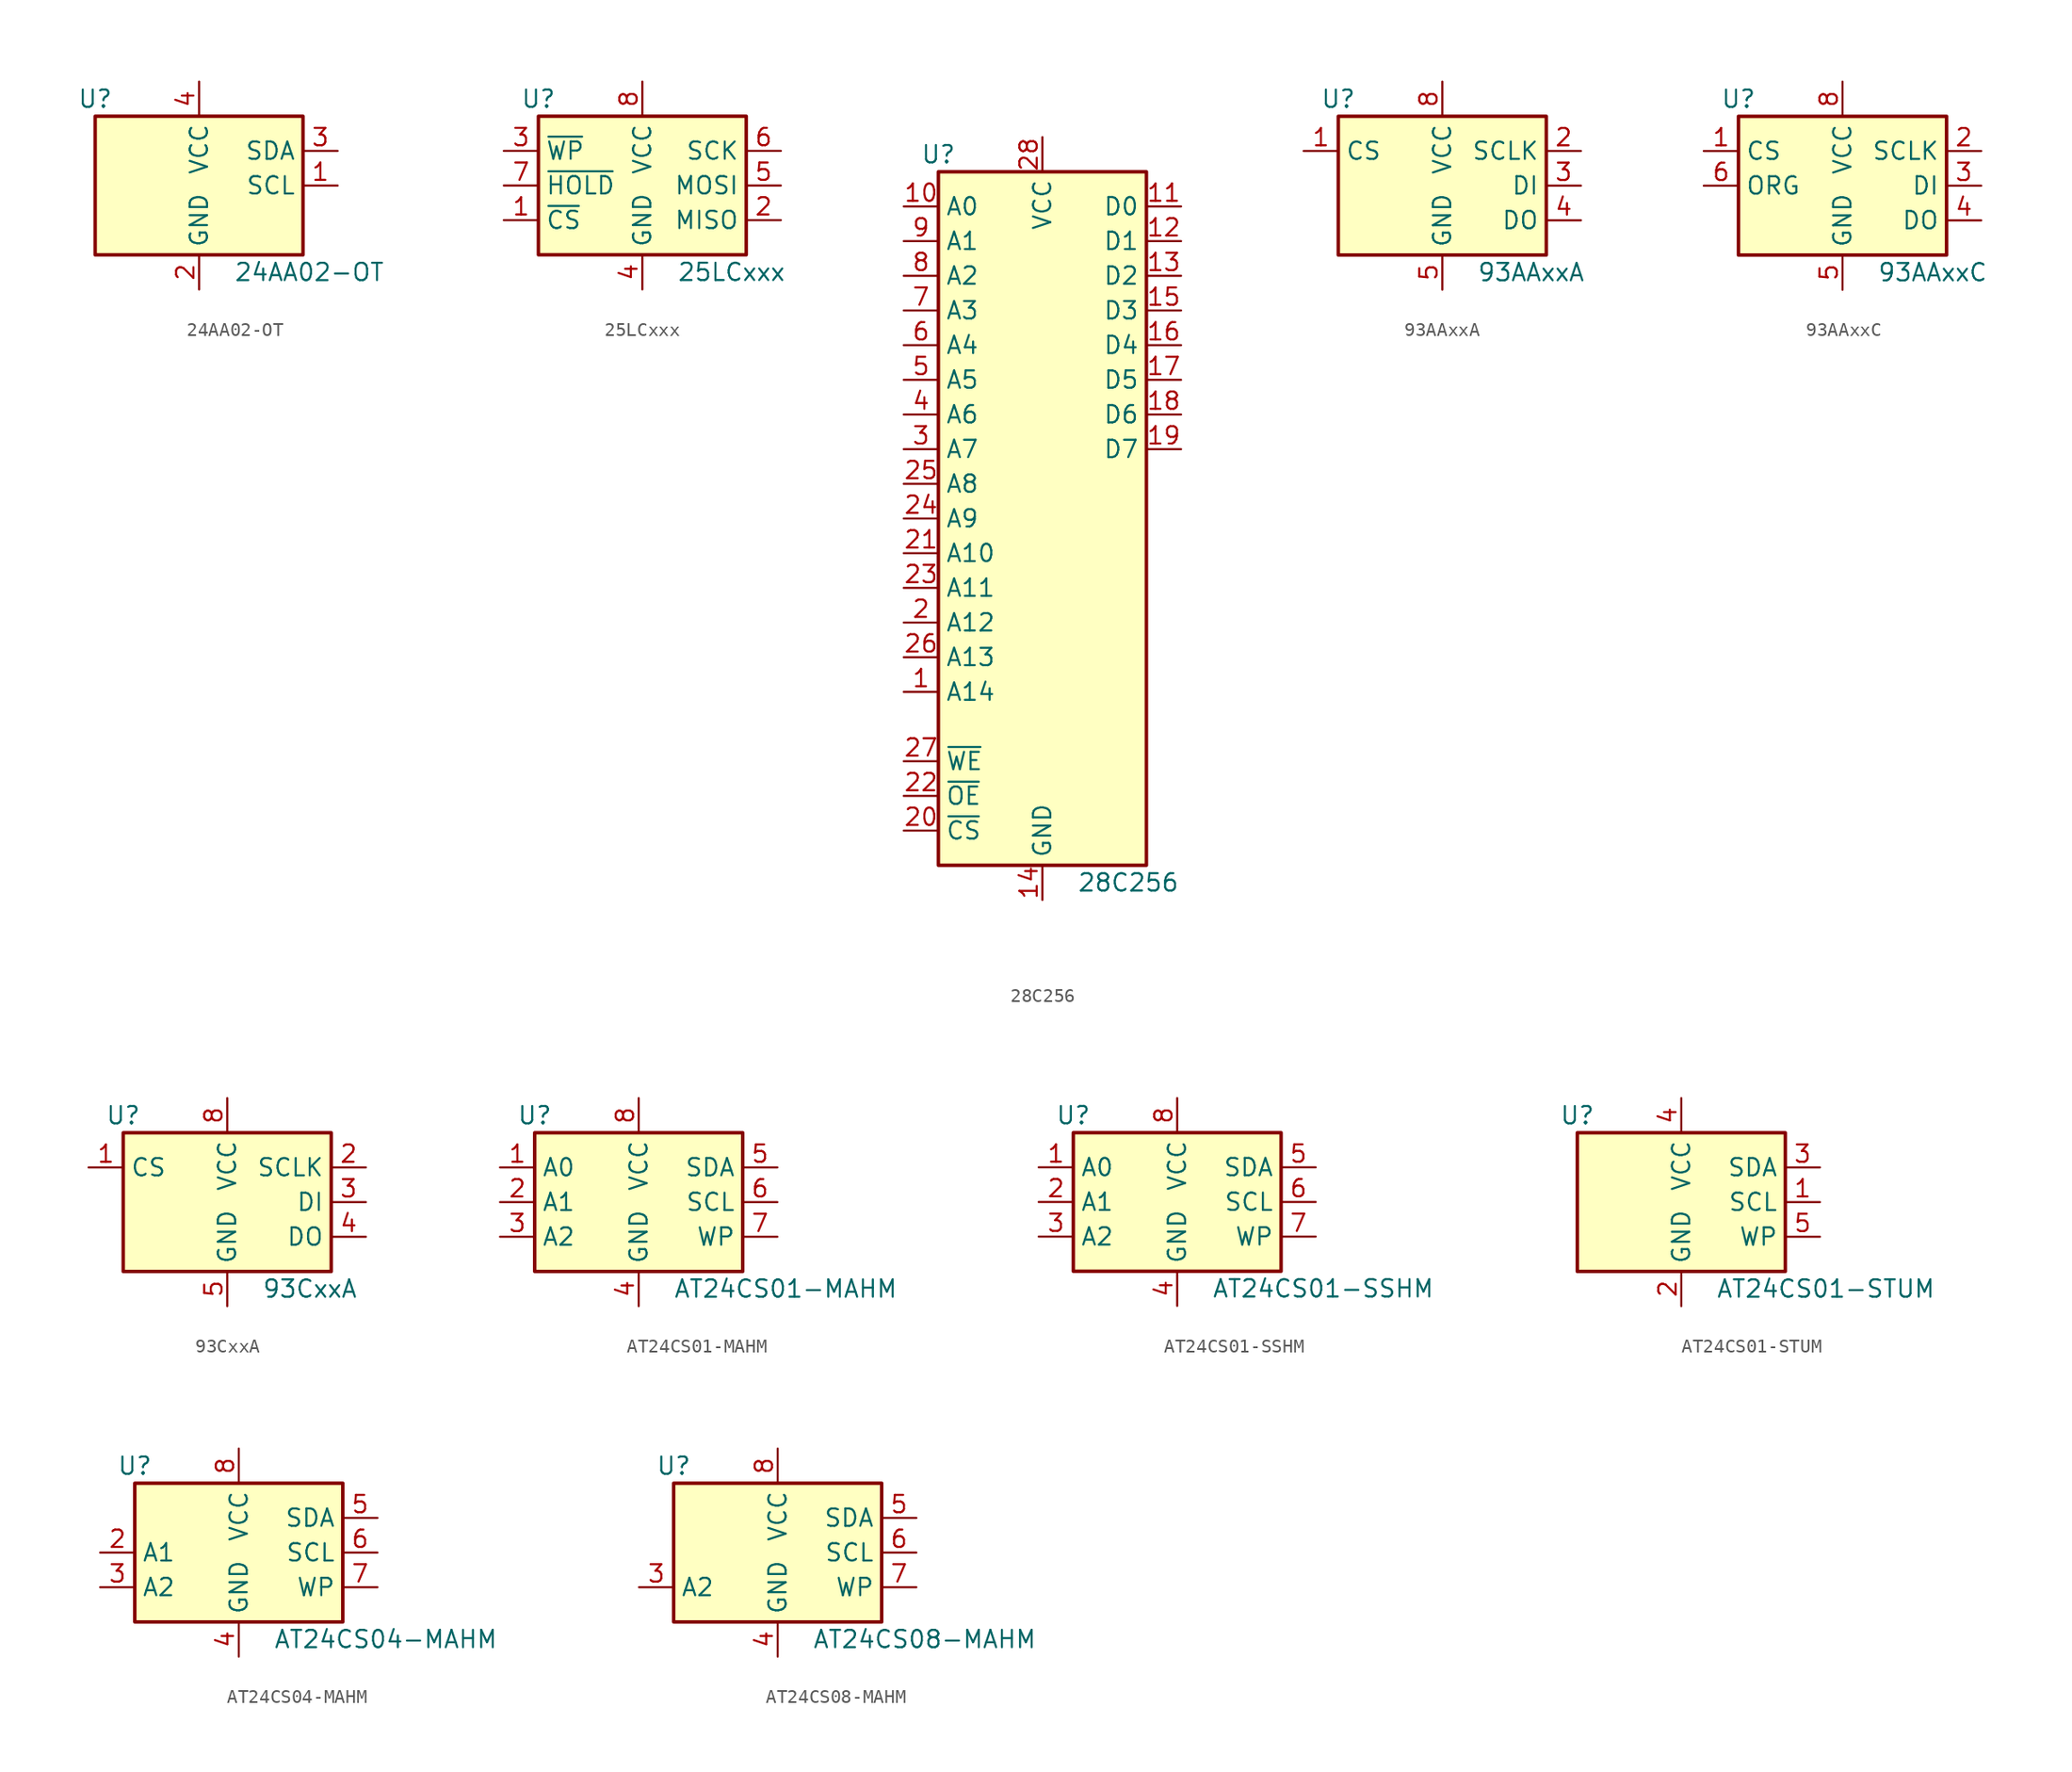
<source format=kicad_sym>
(kicad_symbol_lib
  (version 20201005)
  (generator kicad_symbol_editor)
  (symbol "24AA02-OT"
    (property "Reference" "U"
      (at -7.62 6.35 0)
      (effects (font (size 1.27 1.27))))
    (property "Value" "24AA02-OT"
      (at 2.54 -6.35 0)
      (effects (font (size 1.27 1.27)) (justify left)))
    (symbol "24AA02-OT_1_1"
      (rectangle (start -7.62 5.08) (end 7.62 -5.08) (stroke (width 0.254)) (fill (type background)))
      (pin input line (at 10.16 0 180) (length 2.54) (name "SCL" (effects (font (size 1.27 1.27)))) (number "1" (effects (font (size 1.27 1.27)))))
      (pin power_in line (at 0 -7.62 90) (length 2.54) (name "GND" (effects (font (size 1.27 1.27)))) (number "2" (effects (font (size 1.27 1.27)))))
      (pin bidirectional line (at 10.16 2.54 180) (length 2.54) (name "SDA" (effects (font (size 1.27 1.27)))) (number "3" (effects (font (size 1.27 1.27)))))
      (pin power_in line (at 0 7.62 270) (length 2.54) (name "VCC" (effects (font (size 1.27 1.27)))) (number "4" (effects (font (size 1.27 1.27)))))
      (pin no_connect line (at 7.62 -2.54 180) (length 2.54) hide (name "NC" (effects (font (size 1.27 1.27)))) (number "5" (effects (font (size 1.27 1.27)))))))
  (symbol "25LCxxx"
    (property "Reference" "U"
      (at -7.62 6.35 0)
      (effects (font (size 1.27 1.27))))
    (property "Value" "25LCxxx"
      (at 2.54 -6.35 0)
      (effects (font (size 1.27 1.27)) (justify left)))
    (symbol "25LCxxx_1_1"
      (rectangle (start -7.62 5.08) (end 7.62 -5.08) (stroke (width 0.254)) (fill (type background)))
      (pin input line (at -10.16 -2.54 0) (length 2.54) (name "~CS" (effects (font (size 1.27 1.27)))) (number "1" (effects (font (size 1.27 1.27)))))
      (pin tri_state line (at 10.16 -2.54 180) (length 2.54) (name "MISO" (effects (font (size 1.27 1.27)))) (number "2" (effects (font (size 1.27 1.27)))))
      (pin input line (at -10.16 2.54 0) (length 2.54) (name "~WP" (effects (font (size 1.27 1.27)))) (number "3" (effects (font (size 1.27 1.27)))))
      (pin power_in line (at 0 -7.62 90) (length 2.54) (name "GND" (effects (font (size 1.27 1.27)))) (number "4" (effects (font (size 1.27 1.27)))))
      (pin input line (at 10.16 0 180) (length 2.54) (name "MOSI" (effects (font (size 1.27 1.27)))) (number "5" (effects (font (size 1.27 1.27)))))
      (pin input line (at 10.16 2.54 180) (length 2.54) (name "SCK" (effects (font (size 1.27 1.27)))) (number "6" (effects (font (size 1.27 1.27)))))
      (pin input line (at -10.16 0 0) (length 2.54) (name "~HOLD" (effects (font (size 1.27 1.27)))) (number "7" (effects (font (size 1.27 1.27)))))
      (pin power_in line (at 0 7.62 270) (length 2.54) (name "VCC" (effects (font (size 1.27 1.27)))) (number "8" (effects (font (size 1.27 1.27)))))))
  (symbol "28C256"
    (property "Reference" "U"
      (at -7.62 26.67 0)
      (effects (font (size 1.27 1.27))))
    (property "Value" "28C256"
      (at 2.54 -26.67 0)
      (effects (font (size 1.27 1.27)) (justify left)))
    (symbol "28C256_1_1"
      (rectangle (start -7.62 25.4) (end 7.62 -25.4) (stroke (width 0.254)) (fill (type background)))
      (pin input line (at -10.16 -12.7 0) (length 2.54) (name "A14" (effects (font (size 1.27 1.27)))) (number "1" (effects (font (size 1.27 1.27)))))
      (pin input line (at -10.16 22.86 0) (length 2.54) (name "A0" (effects (font (size 1.27 1.27)))) (number "10" (effects (font (size 1.27 1.27)))))
      (pin tri_state line (at 10.16 22.86 180) (length 2.54) (name "D0" (effects (font (size 1.27 1.27)))) (number "11" (effects (font (size 1.27 1.27)))))
      (pin tri_state line (at 10.16 20.32 180) (length 2.54) (name "D1" (effects (font (size 1.27 1.27)))) (number "12" (effects (font (size 1.27 1.27)))))
      (pin tri_state line (at 10.16 17.78 180) (length 2.54) (name "D2" (effects (font (size 1.27 1.27)))) (number "13" (effects (font (size 1.27 1.27)))))
      (pin power_in line (at 0 -27.94 90) (length 2.54) (name "GND" (effects (font (size 1.27 1.27)))) (number "14" (effects (font (size 1.27 1.27)))))
      (pin tri_state line (at 10.16 15.24 180) (length 2.54) (name "D3" (effects (font (size 1.27 1.27)))) (number "15" (effects (font (size 1.27 1.27)))))
      (pin tri_state line (at 10.16 12.7 180) (length 2.54) (name "D4" (effects (font (size 1.27 1.27)))) (number "16" (effects (font (size 1.27 1.27)))))
      (pin tri_state line (at 10.16 10.16 180) (length 2.54) (name "D5" (effects (font (size 1.27 1.27)))) (number "17" (effects (font (size 1.27 1.27)))))
      (pin tri_state line (at 10.16 7.62 180) (length 2.54) (name "D6" (effects (font (size 1.27 1.27)))) (number "18" (effects (font (size 1.27 1.27)))))
      (pin tri_state line (at 10.16 5.08 180) (length 2.54) (name "D7" (effects (font (size 1.27 1.27)))) (number "19" (effects (font (size 1.27 1.27)))))
      (pin input line (at -10.16 -7.62 0) (length 2.54) (name "A12" (effects (font (size 1.27 1.27)))) (number "2" (effects (font (size 1.27 1.27)))))
      (pin input line (at -10.16 -22.86 0) (length 2.54) (name "~CS" (effects (font (size 1.27 1.27)))) (number "20" (effects (font (size 1.27 1.27)))))
      (pin input line (at -10.16 -2.54 0) (length 2.54) (name "A10" (effects (font (size 1.27 1.27)))) (number "21" (effects (font (size 1.27 1.27)))))
      (pin input line (at -10.16 -20.32 0) (length 2.54) (name "~OE" (effects (font (size 1.27 1.27)))) (number "22" (effects (font (size 1.27 1.27)))))
      (pin input line (at -10.16 -5.08 0) (length 2.54) (name "A11" (effects (font (size 1.27 1.27)))) (number "23" (effects (font (size 1.27 1.27)))))
      (pin input line (at -10.16 0 0) (length 2.54) (name "A9" (effects (font (size 1.27 1.27)))) (number "24" (effects (font (size 1.27 1.27)))))
      (pin input line (at -10.16 2.54 0) (length 2.54) (name "A8" (effects (font (size 1.27 1.27)))) (number "25" (effects (font (size 1.27 1.27)))))
      (pin input line (at -10.16 -10.16 0) (length 2.54) (name "A13" (effects (font (size 1.27 1.27)))) (number "26" (effects (font (size 1.27 1.27)))))
      (pin input line (at -10.16 -17.78 0) (length 2.54) (name "~WE" (effects (font (size 1.27 1.27)))) (number "27" (effects (font (size 1.27 1.27)))))
      (pin power_in line (at 0 27.94 270) (length 2.54) (name "VCC" (effects (font (size 1.27 1.27)))) (number "28" (effects (font (size 1.27 1.27)))))
      (pin input line (at -10.16 5.08 0) (length 2.54) (name "A7" (effects (font (size 1.27 1.27)))) (number "3" (effects (font (size 1.27 1.27)))))
      (pin input line (at -10.16 7.62 0) (length 2.54) (name "A6" (effects (font (size 1.27 1.27)))) (number "4" (effects (font (size 1.27 1.27)))))
      (pin input line (at -10.16 10.16 0) (length 2.54) (name "A5" (effects (font (size 1.27 1.27)))) (number "5" (effects (font (size 1.27 1.27)))))
      (pin input line (at -10.16 12.7 0) (length 2.54) (name "A4" (effects (font (size 1.27 1.27)))) (number "6" (effects (font (size 1.27 1.27)))))
      (pin input line (at -10.16 15.24 0) (length 2.54) (name "A3" (effects (font (size 1.27 1.27)))) (number "7" (effects (font (size 1.27 1.27)))))
      (pin input line (at -10.16 17.78 0) (length 2.54) (name "A2" (effects (font (size 1.27 1.27)))) (number "8" (effects (font (size 1.27 1.27)))))
      (pin input line (at -10.16 20.32 0) (length 2.54) (name "A1" (effects (font (size 1.27 1.27)))) (number "9" (effects (font (size 1.27 1.27)))))))
  (symbol "93AAxxA"
    (property "Reference" "U"
      (at -7.62 6.35 0)
      (effects (font (size 1.27 1.27))))
    (property "Value" "93AAxxA"
      (at 2.54 -6.35 0)
      (effects (font (size 1.27 1.27)) (justify left)))
    (symbol "93AAxxA_1_1"
      (rectangle (start -7.62 5.08) (end 7.62 -5.08) (stroke (width 0.254)) (fill (type background)))
      (pin input line (at -10.16 2.54 0) (length 2.54) (name "CS" (effects (font (size 1.27 1.27)))) (number "1" (effects (font (size 1.27 1.27)))))
      (pin input line (at 10.16 2.54 180) (length 2.54) (name "SCLK" (effects (font (size 1.27 1.27)))) (number "2" (effects (font (size 1.27 1.27)))))
      (pin input line (at 10.16 0 180) (length 2.54) (name "DI" (effects (font (size 1.27 1.27)))) (number "3" (effects (font (size 1.27 1.27)))))
      (pin tri_state line (at 10.16 -2.54 180) (length 2.54) (name "DO" (effects (font (size 1.27 1.27)))) (number "4" (effects (font (size 1.27 1.27)))))
      (pin power_in line (at 0 -7.62 90) (length 2.54) (name "GND" (effects (font (size 1.27 1.27)))) (number "5" (effects (font (size 1.27 1.27)))))
      (pin no_connect line (at -7.62 0 0) (length 2.54) hide (name "NC" (effects (font (size 1.27 1.27)))) (number "6" (effects (font (size 1.27 1.27)))))
      (pin no_connect line (at -7.62 -2.54 0) (length 2.54) hide (name "NC" (effects (font (size 1.27 1.27)))) (number "7" (effects (font (size 1.27 1.27)))))
      (pin power_in line (at 0 7.62 270) (length 2.54) (name "VCC" (effects (font (size 1.27 1.27)))) (number "8" (effects (font (size 1.27 1.27)))))))
  (symbol "93AAxxC"
    (property "Reference" "U"
      (at -7.62 6.35 0)
      (effects (font (size 1.27 1.27))))
    (property "Value" "93AAxxC"
      (at 2.54 -6.35 0)
      (effects (font (size 1.27 1.27)) (justify left)))
    (symbol "93AAxxC_1_1"
      (rectangle (start -7.62 5.08) (end 7.62 -5.08) (stroke (width 0.254)) (fill (type background)))
      (pin input line (at -10.16 2.54 0) (length 2.54) (name "CS" (effects (font (size 1.27 1.27)))) (number "1" (effects (font (size 1.27 1.27)))))
      (pin input line (at 10.16 2.54 180) (length 2.54) (name "SCLK" (effects (font (size 1.27 1.27)))) (number "2" (effects (font (size 1.27 1.27)))))
      (pin input line (at 10.16 0 180) (length 2.54) (name "DI" (effects (font (size 1.27 1.27)))) (number "3" (effects (font (size 1.27 1.27)))))
      (pin tri_state line (at 10.16 -2.54 180) (length 2.54) (name "DO" (effects (font (size 1.27 1.27)))) (number "4" (effects (font (size 1.27 1.27)))))
      (pin power_in line (at 0 -7.62 90) (length 2.54) (name "GND" (effects (font (size 1.27 1.27)))) (number "5" (effects (font (size 1.27 1.27)))))
      (pin input line (at -10.16 0 0) (length 2.54) (name "ORG" (effects (font (size 1.27 1.27)))) (number "6" (effects (font (size 1.27 1.27)))))
      (pin no_connect line (at -7.62 -2.54 0) (length 2.54) hide (name "NC" (effects (font (size 1.27 1.27)))) (number "7" (effects (font (size 1.27 1.27)))))
      (pin power_in line (at 0 7.62 270) (length 2.54) (name "VCC" (effects (font (size 1.27 1.27)))) (number "8" (effects (font (size 1.27 1.27)))))))
  (symbol "93CxxA"
    (property "Reference" "U"
      (at -7.62 6.35 0)
      (effects (font (size 1.27 1.27))))
    (property "Value" "93CxxA"
      (at 2.54 -6.35 0)
      (effects (font (size 1.27 1.27)) (justify left)))
    (symbol "93CxxA_1_1"
      (rectangle (start -7.62 5.08) (end 7.62 -5.08) (stroke (width 0.254)) (fill (type background)))
      (pin input line (at -10.16 2.54 0) (length 2.54) (name "CS" (effects (font (size 1.27 1.27)))) (number "1" (effects (font (size 1.27 1.27)))))
      (pin input line (at 10.16 2.54 180) (length 2.54) (name "SCLK" (effects (font (size 1.27 1.27)))) (number "2" (effects (font (size 1.27 1.27)))))
      (pin input line (at 10.16 0 180) (length 2.54) (name "DI" (effects (font (size 1.27 1.27)))) (number "3" (effects (font (size 1.27 1.27)))))
      (pin tri_state line (at 10.16 -2.54 180) (length 2.54) (name "DO" (effects (font (size 1.27 1.27)))) (number "4" (effects (font (size 1.27 1.27)))))
      (pin power_in line (at 0 -7.62 90) (length 2.54) (name "GND" (effects (font (size 1.27 1.27)))) (number "5" (effects (font (size 1.27 1.27)))))
      (pin no_connect line (at -7.62 0 0) (length 2.54) hide (name "NC" (effects (font (size 1.27 1.27)))) (number "6" (effects (font (size 1.27 1.27)))))
      (pin no_connect line (at -7.62 -2.54 0) (length 2.54) hide (name "NC" (effects (font (size 1.27 1.27)))) (number "7" (effects (font (size 1.27 1.27)))))
      (pin power_in line (at 0 7.62 270) (length 2.54) (name "VCC" (effects (font (size 1.27 1.27)))) (number "8" (effects (font (size 1.27 1.27)))))))
  (symbol "AT24CS01-MAHM"
    (property "Reference" "U"
      (at -7.62 6.35 0)
      (effects (font (size 1.27 1.27))))
    (property "Value" "AT24CS01-MAHM"
      (at 2.54 -6.35 0)
      (effects (font (size 1.27 1.27)) (justify left)))
    (symbol "AT24CS01-MAHM_1_1"
      (rectangle (start -7.62 5.08) (end 7.62 -5.08) (stroke (width 0.254)) (fill (type background)))
      (pin input line (at -10.16 2.54 0) (length 2.54) (name "A0" (effects (font (size 1.27 1.27)))) (number "1" (effects (font (size 1.27 1.27)))))
      (pin input line (at -10.16 0 0) (length 2.54) (name "A1" (effects (font (size 1.27 1.27)))) (number "2" (effects (font (size 1.27 1.27)))))
      (pin input line (at -10.16 -2.54 0) (length 2.54) (name "A2" (effects (font (size 1.27 1.27)))) (number "3" (effects (font (size 1.27 1.27)))))
      (pin power_in line (at 0 -7.62 90) (length 2.54) (name "GND" (effects (font (size 1.27 1.27)))) (number "4" (effects (font (size 1.27 1.27)))))
      (pin bidirectional line (at 10.16 2.54 180) (length 2.54) (name "SDA" (effects (font (size 1.27 1.27)))) (number "5" (effects (font (size 1.27 1.27)))))
      (pin input line (at 10.16 0 180) (length 2.54) (name "SCL" (effects (font (size 1.27 1.27)))) (number "6" (effects (font (size 1.27 1.27)))))
      (pin input line (at 10.16 -2.54 180) (length 2.54) (name "WP" (effects (font (size 1.27 1.27)))) (number "7" (effects (font (size 1.27 1.27)))))
      (pin power_in line (at 0 7.62 270) (length 2.54) (name "VCC" (effects (font (size 1.27 1.27)))) (number "8" (effects (font (size 1.27 1.27)))))))
  (symbol "AT24CS01-SSHM"
    (property "Reference" "U"
      (at -7.62 6.35 0)
      (effects (font (size 1.27 1.27))))
    (property "Value" "AT24CS01-SSHM"
      (at 2.54 -6.35 0)
      (effects (font (size 1.27 1.27)) (justify left)))
    (symbol "AT24CS01-SSHM_1_1"
      (rectangle (start -7.62 5.08) (end 7.62 -5.08) (stroke (width 0.254)) (fill (type background)))
      (pin input line (at -10.16 2.54 0) (length 2.54) (name "A0" (effects (font (size 1.27 1.27)))) (number "1" (effects (font (size 1.27 1.27)))))
      (pin input line (at -10.16 0 0) (length 2.54) (name "A1" (effects (font (size 1.27 1.27)))) (number "2" (effects (font (size 1.27 1.27)))))
      (pin input line (at -10.16 -2.54 0) (length 2.54) (name "A2" (effects (font (size 1.27 1.27)))) (number "3" (effects (font (size 1.27 1.27)))))
      (pin power_in line (at 0 -7.62 90) (length 2.54) (name "GND" (effects (font (size 1.27 1.27)))) (number "4" (effects (font (size 1.27 1.27)))))
      (pin bidirectional line (at 10.16 2.54 180) (length 2.54) (name "SDA" (effects (font (size 1.27 1.27)))) (number "5" (effects (font (size 1.27 1.27)))))
      (pin input line (at 10.16 0 180) (length 2.54) (name "SCL" (effects (font (size 1.27 1.27)))) (number "6" (effects (font (size 1.27 1.27)))))
      (pin input line (at 10.16 -2.54 180) (length 2.54) (name "WP" (effects (font (size 1.27 1.27)))) (number "7" (effects (font (size 1.27 1.27)))))
      (pin power_in line (at 0 7.62 270) (length 2.54) (name "VCC" (effects (font (size 1.27 1.27)))) (number "8" (effects (font (size 1.27 1.27)))))))
  (symbol "AT24CS01-STUM"
    (property "Reference" "U"
      (at -7.62 6.35 0)
      (effects (font (size 1.27 1.27))))
    (property "Value" "AT24CS01-STUM"
      (at 2.54 -6.35 0)
      (effects (font (size 1.27 1.27)) (justify left)))
    (symbol "AT24CS01-STUM_1_1"
      (rectangle (start -7.62 5.08) (end 7.62 -5.08) (stroke (width 0.254)) (fill (type background)))
      (pin input line (at 10.16 0 180) (length 2.54) (name "SCL" (effects (font (size 1.27 1.27)))) (number "1" (effects (font (size 1.27 1.27)))))
      (pin power_in line (at 0 -7.62 90) (length 2.54) (name "GND" (effects (font (size 1.27 1.27)))) (number "2" (effects (font (size 1.27 1.27)))))
      (pin bidirectional line (at 10.16 2.54 180) (length 2.54) (name "SDA" (effects (font (size 1.27 1.27)))) (number "3" (effects (font (size 1.27 1.27)))))
      (pin power_in line (at 0 7.62 270) (length 2.54) (name "VCC" (effects (font (size 1.27 1.27)))) (number "4" (effects (font (size 1.27 1.27)))))
      (pin input line (at 10.16 -2.54 180) (length 2.54) (name "WP" (effects (font (size 1.27 1.27)))) (number "5" (effects (font (size 1.27 1.27)))))))
  (symbol "AT24CS04-MAHM"
    (property "Reference" "U"
      (at -7.62 6.35 0)
      (effects (font (size 1.27 1.27))))
    (property "Value" "AT24CS04-MAHM"
      (at 2.54 -6.35 0)
      (effects (font (size 1.27 1.27)) (justify left)))
    (symbol "AT24CS04-MAHM_1_1"
      (rectangle (start -7.62 5.08) (end 7.62 -5.08) (stroke (width 0.254)) (fill (type background)))
      (pin input line (at -10.16 0 0) (length 2.54) (name "A1" (effects (font (size 1.27 1.27)))) (number "2" (effects (font (size 1.27 1.27)))))
      (pin input line (at -10.16 -2.54 0) (length 2.54) (name "A2" (effects (font (size 1.27 1.27)))) (number "3" (effects (font (size 1.27 1.27)))))
      (pin power_in line (at 0 -7.62 90) (length 2.54) (name "GND" (effects (font (size 1.27 1.27)))) (number "4" (effects (font (size 1.27 1.27)))))
      (pin bidirectional line (at 10.16 2.54 180) (length 2.54) (name "SDA" (effects (font (size 1.27 1.27)))) (number "5" (effects (font (size 1.27 1.27)))))
      (pin input line (at 10.16 0 180) (length 2.54) (name "SCL" (effects (font (size 1.27 1.27)))) (number "6" (effects (font (size 1.27 1.27)))))
      (pin input line (at 10.16 -2.54 180) (length 2.54) (name "WP" (effects (font (size 1.27 1.27)))) (number "7" (effects (font (size 1.27 1.27)))))
      (pin power_in line (at 0 7.62 270) (length 2.54) (name "VCC" (effects (font (size 1.27 1.27)))) (number "8" (effects (font (size 1.27 1.27)))))))
  (symbol "AT24CS08-MAHM"
    (property "Reference" "U"
      (at -7.62 6.35 0)
      (effects (font (size 1.27 1.27))))
    (property "Value" "AT24CS08-MAHM"
      (at 2.54 -6.35 0)
      (effects (font (size 1.27 1.27)) (justify left)))
    (symbol "AT24CS08-MAHM_1_1"
      (rectangle (start -7.62 5.08) (end 7.62 -5.08) (stroke (width 0.254)) (fill (type background)))
      (pin input line (at -10.16 -2.54 0) (length 2.54) (name "A2" (effects (font (size 1.27 1.27)))) (number "3" (effects (font (size 1.27 1.27)))))
      (pin power_in line (at 0 -7.62 90) (length 2.54) (name "GND" (effects (font (size 1.27 1.27)))) (number "4" (effects (font (size 1.27 1.27)))))
      (pin bidirectional line (at 10.16 2.54 180) (length 2.54) (name "SDA" (effects (font (size 1.27 1.27)))) (number "5" (effects (font (size 1.27 1.27)))))
      (pin input line (at 10.16 0 180) (length 2.54) (name "SCL" (effects (font (size 1.27 1.27)))) (number "6" (effects (font (size 1.27 1.27)))))
      (pin input line (at 10.16 -2.54 180) (length 2.54) (name "WP" (effects (font (size 1.27 1.27)))) (number "7" (effects (font (size 1.27 1.27)))))
      (pin power_in line (at 0 7.62 270) (length 2.54) (name "VCC" (effects (font (size 1.27 1.27)))) (number "8" (effects (font (size 1.27 1.27))))))))
</source>
